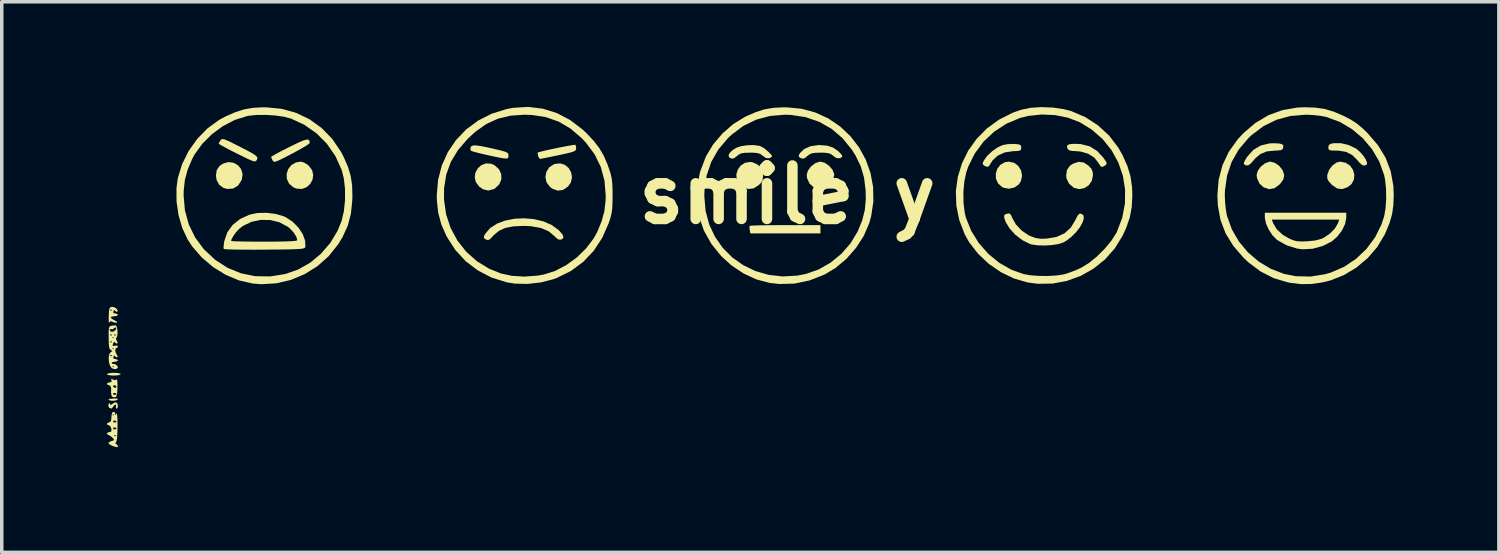
<source format=kicad_pcb>
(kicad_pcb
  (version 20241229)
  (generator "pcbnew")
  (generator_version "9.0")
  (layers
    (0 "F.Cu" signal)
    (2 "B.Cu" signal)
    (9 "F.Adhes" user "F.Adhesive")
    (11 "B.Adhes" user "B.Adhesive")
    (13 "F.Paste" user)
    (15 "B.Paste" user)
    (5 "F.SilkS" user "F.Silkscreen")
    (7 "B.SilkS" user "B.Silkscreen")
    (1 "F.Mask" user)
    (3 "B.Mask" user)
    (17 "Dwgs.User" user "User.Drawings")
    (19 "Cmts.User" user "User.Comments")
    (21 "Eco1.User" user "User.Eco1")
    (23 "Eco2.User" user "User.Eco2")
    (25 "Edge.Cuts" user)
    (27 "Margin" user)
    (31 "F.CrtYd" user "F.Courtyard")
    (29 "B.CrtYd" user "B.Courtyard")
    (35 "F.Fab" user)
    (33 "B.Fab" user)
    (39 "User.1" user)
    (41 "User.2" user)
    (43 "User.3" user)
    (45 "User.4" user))
  (footprint "smile y"
    (layer "F.Cu")
    (at 19.414 2.507)
    (property "Reference" "smile y" (at 0 0 0) (layer "F.SilkS") (effects (font (size 1.524 1.524) (thickness 0.3))))
    (attr board_only exclude_from_pos_files exclude_from_bom)
    (fp_poly (pts (xy -19.122 5.817) (xy -19.099 5.832) (xy -19.133 5.861) (xy -19.209 5.878) (xy -19.294 5.877) (xy -19.343 5.862) (xy -19.368 5.832) (xy -19.355 5.826) (xy -19.205 5.814)) (stroke (width 0) (type solid)) (fill yes) (layer "F.SilkS"))
    (fp_poly (pts (xy -19.105 5.087) (xy -19.034 5.105) (xy -19.02 5.119) (xy -19.056 5.142) (xy -19.146 5.156) (xy -19.217 5.159) (xy -19.33 5.152) (xy -19.401 5.134) (xy -19.414 5.119) (xy -19.379 5.097) (xy -19.288 5.083) (xy -19.217 5.08)) (stroke (width 0) (type solid)) (fill yes) (layer "F.SilkS"))
    (fp_poly (pts (xy 0.945 1.103) (xy -1.054 1.103) (xy -1.073 1.005) (xy -1.08 0.924) (xy -1.071 0.887) (xy -1.027 0.881) (xy -0.916 0.876) (xy -0.747 0.872) (xy -0.532 0.869) (xy -0.281 0.867) (xy -0.053 0.866) (xy 0.945 0.866)) (stroke (width 0) (type solid)) (fill yes) (layer "F.SilkS"))
    (fp_poly (pts (xy -15.796 -0.912) (xy -15.671 -0.839) (xy -15.581 -0.726) (xy -15.542 -0.585) (xy -15.566 -0.429) (xy -15.571 -0.417) (xy -15.67 -0.265) (xy -15.807 -0.179) (xy -15.971 -0.164) (xy -16.092 -0.197) (xy -16.208 -0.283) (xy -16.283 -0.418) (xy -16.303 -0.543) (xy -16.279 -0.706) (xy -16.199 -0.823) (xy -16.1 -0.889) (xy -15.944 -0.933)) (stroke (width 0) (type solid)) (fill yes) (layer "F.SilkS"))
    (fp_poly (pts (xy -8.454 -0.887) (xy -8.355 -0.844) (xy -8.227 -0.73) (xy -8.162 -0.588) (xy -8.16 -0.437) (xy -8.221 -0.295) (xy -8.343 -0.18) (xy -8.375 -0.162) (xy -8.531 -0.12) (xy -8.683 -0.157) (xy -8.79 -0.232) (xy -8.887 -0.36) (xy -8.919 -0.499) (xy -8.897 -0.636) (xy -8.83 -0.756) (xy -8.727 -0.847) (xy -8.598 -0.895)) (stroke (width 0) (type solid)) (fill yes) (layer "F.SilkS"))
    (fp_poly (pts (xy -6.344 -0.853) (xy -6.236 -0.761) (xy -6.166 -0.636) (xy -6.143 -0.494) (xy -6.177 -0.349) (xy -6.258 -0.233) (xy -6.401 -0.137) (xy -6.553 -0.118) (xy -6.707 -0.175) (xy -6.776 -0.228) (xy -6.871 -0.358) (xy -6.902 -0.509) (xy -6.873 -0.658) (xy -6.789 -0.786) (xy -6.654 -0.873) (xy -6.641 -0.878) (xy -6.483 -0.896)) (stroke (width 0) (type solid)) (fill yes) (layer "F.SilkS"))
    (fp_poly (pts (xy 6.473 -0.911) (xy 6.592 -0.82) (xy 6.67 -0.692) (xy 6.698 -0.544) (xy 6.668 -0.394) (xy 6.606 -0.296) (xy 6.479 -0.206) (xy 6.323 -0.172) (xy 6.167 -0.201) (xy 6.134 -0.217) (xy 6.015 -0.321) (xy 5.954 -0.455) (xy 5.948 -0.6) (xy 5.99 -0.739) (xy 6.078 -0.854) (xy 6.205 -0.928) (xy 6.32 -0.945)) (stroke (width 0) (type solid)) (fill yes) (layer "F.SilkS"))
    (fp_poly (pts (xy -13.791 -0.92) (xy -13.686 -0.856) (xy -13.656 -0.831) (xy -13.559 -0.702) (xy -13.526 -0.562) (xy -13.549 -0.424) (xy -13.617 -0.303) (xy -13.722 -0.212) (xy -13.854 -0.165) (xy -14.002 -0.175) (xy -14.094 -0.212) (xy -14.217 -0.318) (xy -14.279 -0.45) (xy -14.286 -0.593) (xy -14.241 -0.731) (xy -14.151 -0.846) (xy -14.019 -0.923) (xy -13.88 -0.945)) (stroke (width 0) (type solid)) (fill yes) (layer "F.SilkS"))
    (fp_poly (pts (xy -0.992 -0.927) (xy -0.84 -0.857) (xy -0.736 -0.732) (xy -0.692 -0.569) (xy -0.691 -0.545) (xy -0.704 -0.425) (xy -0.756 -0.333) (xy -0.819 -0.272) (xy -0.966 -0.18) (xy -1.12 -0.165) (xy -1.269 -0.219) (xy -1.388 -0.32) (xy -1.447 -0.447) (xy -1.453 -0.586) (xy -1.411 -0.721) (xy -1.328 -0.834) (xy -1.209 -0.911) (xy -1.062 -0.936)) (stroke (width 0) (type solid)) (fill yes) (layer "F.SilkS"))
    (fp_poly (pts (xy 8.46 -0.919) (xy 8.593 -0.831) (xy 8.679 -0.738) (xy 8.715 -0.642) (xy 8.721 -0.551) (xy 8.687 -0.394) (xy 8.599 -0.269) (xy 8.473 -0.188) (xy 8.327 -0.161) (xy 8.178 -0.199) (xy 8.171 -0.203) (xy 8.039 -0.315) (xy 7.966 -0.463) (xy 7.956 -0.544) (xy 7.98 -0.708) (xy 8.061 -0.826) (xy 8.151 -0.886) (xy 8.313 -0.94)) (stroke (width 0) (type solid)) (fill yes) (layer "F.SilkS"))
    (fp_poly (pts (xy 1.067 -0.913) (xy 1.188 -0.83) (xy 1.286 -0.719) (xy 1.336 -0.601) (xy 1.339 -0.571) (xy 1.305 -0.407) (xy 1.215 -0.277) (xy 1.086 -0.193) (xy 0.934 -0.164) (xy 0.777 -0.2) (xy 0.753 -0.212) (xy 0.633 -0.321) (xy 0.564 -0.473) (xy 0.553 -0.565) (xy 0.586 -0.685) (xy 0.672 -0.803) (xy 0.79 -0.896) (xy 0.916 -0.943) (xy 0.945 -0.945)) (stroke (width 0) (type solid)) (fill yes) (layer "F.SilkS"))
    (fp_poly (pts (xy 15.932 -0.914) (xy 16.057 -0.83) (xy 16.141 -0.711) (xy 16.179 -0.573) (xy 16.167 -0.432) (xy 16.099 -0.305) (xy 15.983 -0.214) (xy 15.827 -0.161) (xy 15.689 -0.18) (xy 15.552 -0.272) (xy 15.526 -0.296) (xy 15.443 -0.389) (xy 15.407 -0.462) (xy 15.406 -0.549) (xy 15.411 -0.582) (xy 15.461 -0.716) (xy 15.555 -0.836) (xy 15.67 -0.919) (xy 15.77 -0.945)) (stroke (width 0) (type solid)) (fill yes) (layer "F.SilkS"))
    (fp_poly (pts (xy 13.914 -0.91) (xy 14.039 -0.821) (xy 14.133 -0.699) (xy 14.176 -0.567) (xy 14.177 -0.551) (xy 14.152 -0.435) (xy 14.068 -0.318) (xy 14.043 -0.291) (xy 13.899 -0.187) (xy 13.752 -0.16) (xy 13.596 -0.209) (xy 13.59 -0.212) (xy 13.471 -0.321) (xy 13.402 -0.473) (xy 13.391 -0.565) (xy 13.424 -0.685) (xy 13.51 -0.803) (xy 13.628 -0.896) (xy 13.754 -0.943) (xy 13.783 -0.945)) (stroke (width 0) (type solid)) (fill yes) (layer "F.SilkS"))
    (fp_poly (pts (xy -19.108 5.976) (xy -19.101 6.046) (xy -19.12 6.097) (xy -19.137 6.104) (xy -19.159 6.075) (xy -19.153 6.045) (xy -19.153 5.994) (xy -19.17 5.986) (xy -19.216 6.017) (xy -19.232 6.045) (xy -19.28 6.1) (xy -19.343 6.083) (xy -19.349 6.078) (xy -19.374 6.019) (xy -19.362 5.963) (xy -19.333 5.946) (xy -19.312 5.972) (xy -19.32 5.996) (xy -19.317 6.009) (xy -19.269 5.975) (xy -19.266 5.972) (xy -19.192 5.927) (xy -19.141 5.925)) (stroke (width 0) (type solid)) (fill yes) (layer "F.SilkS"))
    (fp_poly (pts (xy -8.756 -1.391) (xy -8.577 -1.356) (xy -8.332 -1.301) (xy -8.319 -1.298) (xy -8.149 -1.257) (xy -8.042 -1.225) (xy -7.984 -1.195) (xy -7.959 -1.16) (xy -7.955 -1.119) (xy -7.957 -1.074) (xy -7.972 -1.046) (xy -8.01 -1.033) (xy -8.084 -1.037) (xy -8.203 -1.057) (xy -8.381 -1.094) (xy -8.545 -1.13) (xy -8.726 -1.171) (xy -8.878 -1.209) (xy -8.984 -1.239) (xy -9.029 -1.257) (xy -9.043 -1.314) (xy -9.033 -1.357) (xy -9.009 -1.39) (xy -8.962 -1.407) (xy -8.881 -1.408)) (stroke (width 0) (type solid)) (fill yes) (layer "F.SilkS"))
    (fp_poly (pts (xy 8.291 -1.451) (xy 8.376 -1.445) (xy 8.626 -1.382) (xy 8.843 -1.247) (xy 9.02 -1.054) (xy 9.088 -0.955) (xy 9.113 -0.898) (xy 9.099 -0.861) (xy 9.072 -0.838) (xy 8.996 -0.795) (xy 8.943 -0.808) (xy 8.89 -0.887) (xy 8.88 -0.906) (xy 8.757 -1.061) (xy 8.579 -1.173) (xy 8.361 -1.234) (xy 8.259 -1.243) (xy 8.122 -1.25) (xy 8.044 -1.268) (xy 8.003 -1.303) (xy 7.989 -1.333) (xy 7.979 -1.399) (xy 8.028 -1.433) (xy 8.058 -1.442) (xy 8.155 -1.452)) (stroke (width 0) (type solid)) (fill yes) (layer "F.SilkS"))
    (fp_poly (pts (xy 14.018 -1.465) (xy 14.112 -1.445) (xy 14.152 -1.406) (xy 14.149 -1.341) (xy 14.149 -1.339) (xy 14.124 -1.292) (xy 14.069 -1.269) (xy 13.963 -1.261) (xy 13.915 -1.26) (xy 13.683 -1.237) (xy 13.499 -1.163) (xy 13.343 -1.029) (xy 13.309 -0.989) (xy 13.216 -0.883) (xy 13.147 -0.836) (xy 13.084 -0.839) (xy 13.043 -0.86) (xy 13.024 -0.896) (xy 13.048 -0.964) (xy 13.117 -1.077) (xy 13.122 -1.085) (xy 13.297 -1.28) (xy 13.512 -1.407) (xy 13.765 -1.466) (xy 13.857 -1.47)) (stroke (width 0) (type solid)) (fill yes) (layer "F.SilkS"))
    (fp_poly (pts (xy 16.013 -1.42) (xy 16.215 -1.325) (xy 16.236 -1.311) (xy 16.34 -1.223) (xy 16.433 -1.117) (xy 16.504 -1.01) (xy 16.541 -0.919) (xy 16.533 -0.863) (xy 16.528 -0.858) (xy 16.462 -0.832) (xy 16.398 -0.85) (xy 16.32 -0.923) (xy 16.265 -0.989) (xy 16.114 -1.137) (xy 15.941 -1.224) (xy 15.724 -1.259) (xy 15.655 -1.26) (xy 15.53 -1.263) (xy 15.465 -1.276) (xy 15.44 -1.309) (xy 15.437 -1.353) (xy 15.451 -1.419) (xy 15.508 -1.454) (xy 15.582 -1.47) (xy 15.79 -1.472)) (stroke (width 0) (type solid)) (fill yes) (layer "F.SilkS"))
    (fp_poly (pts (xy -13.637 -1.546) (xy -13.627 -1.489) (xy -13.627 -1.477) (xy -13.66 -1.445) (xy -13.751 -1.386) (xy -13.887 -1.306) (xy -14.057 -1.212) (xy -14.136 -1.17) (xy -14.334 -1.067) (xy -14.474 -0.997) (xy -14.568 -0.956) (xy -14.626 -0.941) (xy -14.66 -0.948) (xy -14.682 -0.972) (xy -14.687 -0.981) (xy -14.72 -1.051) (xy -14.728 -1.08) (xy -14.695 -1.104) (xy -14.603 -1.157) (xy -14.466 -1.231) (xy -14.295 -1.319) (xy -14.211 -1.361) (xy -13.995 -1.467) (xy -13.84 -1.537) (xy -13.734 -1.572) (xy -13.67 -1.574)) (stroke (width 0) (type solid)) (fill yes) (layer "F.SilkS"))
    (fp_poly (pts (xy -6.029 -1.373) (xy -6.025 -1.32) (xy -6.032 -1.283) (xy -6.059 -1.254) (xy -6.119 -1.226) (xy -6.225 -1.196) (xy -6.389 -1.159) (xy -6.527 -1.129) (xy -6.717 -1.09) (xy -6.878 -1.057) (xy -6.995 -1.034) (xy -7.053 -1.024) (xy -7.056 -1.024) (xy -7.088 -1.056) (xy -7.109 -1.106) (xy -7.124 -1.177) (xy -7.12 -1.203) (xy -7.074 -1.219) (xy -6.97 -1.246) (xy -6.825 -1.28) (xy -6.655 -1.316) (xy -6.478 -1.353) (xy -6.312 -1.385) (xy -6.172 -1.41) (xy -6.078 -1.424) (xy -6.045 -1.425)) (stroke (width 0) (type solid)) (fill yes) (layer "F.SilkS"))
    (fp_poly (pts (xy 6.49 -1.449) (xy 6.603 -1.438) (xy 6.657 -1.414) (xy 6.674 -1.366) (xy 6.675 -1.343) (xy 6.669 -1.291) (xy 6.64 -1.262) (xy 6.568 -1.249) (xy 6.437 -1.243) (xy 6.433 -1.243) (xy 6.2 -1.207) (xy 6.002 -1.115) (xy 5.854 -0.977) (xy 5.809 -0.906) (xy 5.756 -0.819) (xy 5.707 -0.794) (xy 5.637 -0.821) (xy 5.621 -0.83) (xy 5.578 -0.866) (xy 5.579 -0.914) (xy 5.611 -0.983) (xy 5.706 -1.113) (xy 5.848 -1.245) (xy 6.006 -1.355) (xy 6.153 -1.42) (xy 6.292 -1.444) (xy 6.449 -1.451)) (stroke (width 0) (type solid)) (fill yes) (layer "F.SilkS"))
    (fp_poly (pts (xy -16.046 -1.576) (xy -15.947 -1.533) (xy -15.794 -1.458) (xy -15.769 -1.445) (xy -15.533 -1.326) (xy -15.359 -1.235) (xy -15.239 -1.167) (xy -15.165 -1.116) (xy -15.128 -1.076) (xy -15.119 -1.041) (xy -15.131 -1.005) (xy -15.135 -0.998) (xy -15.156 -0.967) (xy -15.183 -0.952) (xy -15.228 -0.956) (xy -15.303 -0.983) (xy -15.42 -1.036) (xy -15.589 -1.119) (xy -15.703 -1.175) (xy -15.886 -1.268) (xy -16.041 -1.35) (xy -16.155 -1.413) (xy -16.217 -1.451) (xy -16.224 -1.459) (xy -16.204 -1.505) (xy -16.173 -1.552) (xy -16.145 -1.582) (xy -16.108 -1.591)) (stroke (width 0) (type solid)) (fill yes) (layer "F.SilkS"))
    (fp_poly (pts (xy 1.137 -1.401) (xy 1.305 -1.347) (xy 1.449 -1.247) (xy 1.467 -1.231) (xy 1.548 -1.144) (xy 1.569 -1.091) (xy 1.53 -1.056) (xy 1.493 -1.043) (xy 1.401 -1.047) (xy 1.313 -1.109) (xy 1.246 -1.16) (xy 1.166 -1.188) (xy 1.049 -1.2) (xy 0.945 -1.201) (xy 0.79 -1.197) (xy 0.689 -1.179) (xy 0.618 -1.143) (xy 0.581 -1.112) (xy 0.494 -1.043) (xy 0.426 -1.029) (xy 0.358 -1.06) (xy 0.324 -1.096) (xy 0.338 -1.149) (xy 0.364 -1.192) (xy 0.484 -1.306) (xy 0.66 -1.384) (xy 0.877 -1.417) (xy 0.919 -1.418)) (stroke (width 0) (type solid)) (fill yes) (layer "F.SilkS"))
    (fp_poly (pts (xy -0.803 -1.397) (xy -0.736 -1.373) (xy -0.652 -1.319) (xy -0.559 -1.243) (xy -0.48 -1.167) (xy -0.436 -1.109) (xy -0.433 -1.098) (xy -0.466 -1.064) (xy -0.515 -1.043) (xy -0.607 -1.047) (xy -0.696 -1.109) (xy -0.762 -1.16) (xy -0.842 -1.188) (xy -0.959 -1.2) (xy -1.063 -1.201) (xy -1.218 -1.197) (xy -1.319 -1.179) (xy -1.391 -1.143) (xy -1.427 -1.112) (xy -1.515 -1.043) (xy -1.583 -1.029) (xy -1.648 -1.059) (xy -1.679 -1.114) (xy -1.647 -1.19) (xy -1.562 -1.273) (xy -1.457 -1.339) (xy -1.316 -1.387) (xy -1.139 -1.413) (xy -0.958 -1.418)) (stroke (width 0) (type solid)) (fill yes) (layer "F.SilkS"))
    (fp_poly (pts (xy -7.227 0.696) (xy -6.961 0.759) (xy -6.724 0.862) (xy -6.528 1.005) (xy -6.508 1.025) (xy -6.413 1.136) (xy -6.385 1.213) (xy -6.42 1.263) (xy -6.459 1.28) (xy -6.534 1.277) (xy -6.616 1.211) (xy -6.635 1.189) (xy -6.804 1.045) (xy -7.03 0.948) (xy -7.317 0.897) (xy -7.522 0.888) (xy -7.813 0.901) (xy -8.044 0.946) (xy -8.226 1.028) (xy -8.371 1.149) (xy -8.385 1.164) (xy -8.47 1.255) (xy -8.528 1.292) (xy -8.582 1.285) (xy -8.624 1.261) (xy -8.66 1.226) (xy -8.652 1.176) (xy -8.619 1.114) (xy -8.481 0.952) (xy -8.287 0.826) (xy -8.05 0.737) (xy -7.785 0.685) (xy -7.506 0.671)) (stroke (width 0) (type solid)) (fill yes) (layer "F.SilkS"))
    (fp_poly (pts (xy 15.948 0.66) (xy 15.915 0.834) (xy 15.825 1.02) (xy 15.693 1.193) (xy 15.534 1.332) (xy 15.53 1.334) (xy 15.273 1.464) (xy 14.989 1.54) (xy 14.703 1.556) (xy 14.547 1.536) (xy 14.242 1.44) (xy 13.981 1.293) (xy 13.967 1.282) (xy 13.844 1.158) (xy 13.736 0.994) (xy 13.658 0.82) (xy 13.635 0.709) (xy 13.824 0.709) (xy 13.865 0.817) (xy 13.967 0.986) (xy 14.133 1.139) (xy 14.315 1.247) (xy 14.43 1.297) (xy 14.536 1.324) (xy 14.664 1.333) (xy 14.827 1.328) (xy 15.061 1.305) (xy 15.236 1.259) (xy 15.299 1.231) (xy 15.482 1.109) (xy 15.627 0.959) (xy 15.709 0.817) (xy 15.75 0.709) (xy 13.824 0.709) (xy 13.635 0.709) (xy 13.626 0.663) (xy 13.625 0.654) (xy 13.625 0.512) (xy 15.949 0.512)) (stroke (width 0) (type solid)) (fill yes) (layer "F.SilkS"))
    (fp_poly (pts (xy 6.384 0.58) (xy 6.415 0.654) (xy 6.521 0.845) (xy 6.684 1.019) (xy 6.883 1.155) (xy 6.94 1.181) (xy 7.085 1.234) (xy 7.223 1.255) (xy 7.394 1.252) (xy 7.402 1.251) (xy 7.682 1.203) (xy 7.908 1.101) (xy 8.086 0.941) (xy 8.221 0.719) (xy 8.229 0.702) (xy 8.284 0.592) (xy 8.332 0.542) (xy 8.386 0.539) (xy 8.388 0.54) (xy 8.45 0.587) (xy 8.46 0.675) (xy 8.424 0.79) (xy 8.35 0.923) (xy 8.246 1.06) (xy 8.117 1.191) (xy 7.973 1.304) (xy 7.876 1.361) (xy 7.741 1.406) (xy 7.555 1.435) (xy 7.348 1.448) (xy 7.145 1.443) (xy 6.976 1.419) (xy 6.919 1.402) (xy 6.705 1.294) (xy 6.507 1.142) (xy 6.343 0.962) (xy 6.229 0.773) (xy 6.196 0.678) (xy 6.183 0.601) (xy 6.209 0.563) (xy 6.283 0.536) (xy 6.342 0.534)) (stroke (width 0) (type solid)) (fill yes) (layer "F.SilkS"))
    (fp_poly (pts (xy -19.199 3.21) (xy -19.135 3.254) (xy -19.105 3.307) (xy -19.115 3.337) (xy -19.156 3.335) (xy -19.175 3.313) (xy -19.206 3.286) (xy -19.23 3.324) (xy -19.227 3.375) (xy -19.177 3.387) (xy -19.113 3.403) (xy -19.099 3.426) (xy -19.133 3.456) (xy -19.191 3.465) (xy -19.286 3.478) (xy -19.305 3.51) (xy -19.248 3.556) (xy -19.208 3.576) (xy -19.137 3.616) (xy -19.12 3.645) (xy -19.127 3.65) (xy -19.196 3.647) (xy -19.252 3.626) (xy -19.316 3.605) (xy -19.346 3.644) (xy -19.349 3.653) (xy -19.357 3.653) (xy -19.362 3.588) (xy -19.362 3.472) (xy -19.361 3.465) (xy -19.355 3.326) (xy -19.347 3.282) (xy -19.322 3.282) (xy -19.317 3.305) (xy -19.296 3.308) (xy -19.264 3.293) (xy -19.27 3.282) (xy -19.317 3.277) (xy -19.322 3.282) (xy -19.347 3.282) (xy -19.341 3.247) (xy -19.313 3.21) (xy -19.273 3.198)) (stroke (width 0) (type solid)) (fill yes) (layer "F.SilkS"))
    (fp_poly (pts (xy -19.261 5.261) (xy -19.256 5.266) (xy -19.189 5.292) (xy -19.155 5.275) (xy -19.13 5.271) (xy -19.116 5.319) (xy -19.112 5.431) (xy -19.113 5.501) (xy -19.12 5.648) (xy -19.135 5.732) (xy -19.163 5.772) (xy -19.188 5.781) (xy -19.257 5.765) (xy -19.279 5.737) (xy -19.292 5.67) (xy -19.237 5.67) (xy -19.228 5.704) (xy -19.2 5.71) (xy -19.146 5.701) (xy -19.139 5.693) (xy -19.167 5.656) (xy -19.219 5.655) (xy -19.237 5.67) (xy -19.292 5.67) (xy -19.295 5.651) (xy -19.294 5.626) (xy -19.293 5.503) (xy -19.322 5.454) (xy -19.241 5.454) (xy -19.237 5.474) (xy -19.187 5.512) (xy -19.176 5.513) (xy -19.14 5.483) (xy -19.139 5.474) (xy -19.171 5.439) (xy -19.2 5.434) (xy -19.241 5.454) (xy -19.322 5.454) (xy -19.329 5.441) (xy -19.355 5.434) (xy -19.408 5.413) (xy -19.414 5.395) (xy -19.381 5.363) (xy -19.337 5.356) (xy -19.281 5.338) (xy -19.283 5.287) (xy -19.293 5.241)) (stroke (width 0) (type solid)) (fill yes) (layer "F.SilkS"))
    (fp_poly (pts (xy -14.601 0.546) (xy -14.37 0.614) (xy -14.309 0.641) (xy -14.112 0.772) (xy -13.948 0.938) (xy -13.826 1.123) (xy -13.758 1.312) (xy -13.751 1.47) (xy -13.756 1.495) (xy -13.769 1.514) (xy -13.798 1.529) (xy -13.853 1.54) (xy -13.94 1.548) (xy -14.07 1.554) (xy -14.25 1.559) (xy -14.489 1.562) (xy -14.795 1.565) (xy -14.912 1.566) (xy -15.205 1.568) (xy -15.472 1.567) (xy -15.702 1.565) (xy -15.887 1.561) (xy -16.015 1.555) (xy -16.077 1.548) (xy -16.081 1.546) (xy -16.085 1.492) (xy -16.075 1.389) (xy -16.063 1.32) (xy -16.062 1.317) (xy -15.87 1.317) (xy -15.832 1.323) (xy -15.727 1.329) (xy -15.564 1.333) (xy -15.355 1.337) (xy -15.11 1.338) (xy -14.925 1.339) (xy -14.581 1.337) (xy -14.315 1.332) (xy -14.126 1.324) (xy -14.015 1.312) (xy -13.98 1.298) (xy -14.01 1.195) (xy -14.088 1.074) (xy -14.199 0.956) (xy -14.258 0.909) (xy -14.491 0.785) (xy -14.753 0.721) (xy -15.025 0.717) (xy -15.288 0.772) (xy -15.525 0.885) (xy -15.647 0.979) (xy -15.731 1.071) (xy -15.807 1.178) (xy -15.858 1.273) (xy -15.87 1.317) (xy -16.062 1.317) (xy -15.979 1.073) (xy -15.826 0.861) (xy -15.611 0.69) (xy -15.344 0.567) (xy -15.12 0.521) (xy -14.861 0.515)) (stroke (width 0) (type solid)) (fill yes) (layer "F.SilkS"))
    (fp_poly (pts (xy -19.186 6.21) (xy -19.175 6.248) (xy -19.17 6.295) (xy -19.153 6.271) (xy -19.141 6.242) (xy -19.128 6.244) (xy -19.118 6.315) (xy -19.112 6.446) (xy -19.111 6.596) (xy -19.115 6.802) (xy -19.126 6.955) (xy -19.144 7.044) (xy -19.155 7.062) (xy -19.174 7.098) (xy -19.148 7.114) (xy -19.107 7.151) (xy -19.102 7.192) (xy -19.129 7.203) (xy -19.184 7.189) (xy -19.267 7.161) (xy -19.354 7.114) (xy -19.366 7.07) (xy -19.3 7.032) (xy -19.28 7.027) (xy -19.215 7.006) (xy -19.215 6.976) (xy -19.26 6.927) (xy -19.33 6.871) (xy -19.344 6.865) (xy -19.204 6.865) (xy -19.199 6.889) (xy -19.178 6.891) (xy -19.146 6.877) (xy -19.152 6.865) (xy -19.198 6.861) (xy -19.204 6.865) (xy -19.344 6.865) (xy -19.375 6.852) (xy -19.413 6.822) (xy -19.414 6.813) (xy -19.382 6.78) (xy -19.341 6.773) (xy -19.289 6.756) (xy -19.284 6.69) (xy -19.286 6.675) (xy -19.296 6.655) (xy -19.237 6.655) (xy -19.228 6.689) (xy -19.2 6.695) (xy -19.146 6.685) (xy -19.139 6.677) (xy -19.167 6.64) (xy -19.219 6.64) (xy -19.237 6.655) (xy -19.296 6.655) (xy -19.319 6.601) (xy -19.36 6.576) (xy -19.409 6.554) (xy -19.414 6.537) (xy -19.382 6.502) (xy -19.355 6.498) (xy -19.303 6.465) (xy -19.301 6.458) (xy -19.237 6.458) (xy -19.228 6.492) (xy -19.2 6.498) (xy -19.146 6.489) (xy -19.139 6.48) (xy -19.167 6.444) (xy -19.219 6.443) (xy -19.237 6.458) (xy -19.301 6.458) (xy -19.292 6.429) (xy -19.282 6.302) (xy -19.278 6.281) (xy -19.257 6.281) (xy -19.237 6.301) (xy -19.217 6.281) (xy -19.237 6.261) (xy -19.257 6.281) (xy -19.278 6.281) (xy -19.269 6.233) (xy -19.246 6.201) (xy -19.227 6.193)) (stroke (width 0) (type solid)) (fill yes) (layer "F.SilkS"))
    (fp_poly (pts (xy -0.02 -2.495) (xy 0.409 -2.454) (xy 0.81 -2.344) (xy 1.179 -2.172) (xy 1.511 -1.945) (xy 1.802 -1.67) (xy 2.045 -1.354) (xy 2.238 -1.002) (xy 2.373 -0.624) (xy 2.448 -0.224) (xy 2.456 0.19) (xy 2.393 0.611) (xy 2.339 0.807) (xy 2.183 1.17) (xy 1.962 1.514) (xy 1.688 1.826) (xy 1.375 2.089) (xy 1.06 2.278) (xy 0.633 2.445) (xy 0.203 2.535) (xy -0.235 2.546) (xy -0.507 2.515) (xy -0.882 2.415) (xy -1.25 2.245) (xy -1.597 2.013) (xy -1.884 1.752) (xy -2.168 1.4) (xy -2.38 1.021) (xy -2.519 0.619) (xy -2.584 0.202) (xy -2.58 0.043) (xy -2.368 0.043) (xy -2.332 0.46) (xy -2.228 0.848) (xy -2.062 1.202) (xy -1.841 1.517) (xy -1.571 1.787) (xy -1.258 2.009) (xy -0.91 2.177) (xy -0.532 2.286) (xy -0.132 2.331) (xy 0.285 2.307) (xy 0.527 2.26) (xy 0.889 2.134) (xy 1.231 1.94) (xy 1.539 1.688) (xy 1.801 1.39) (xy 2.003 1.056) (xy 2.005 1.052) (xy 2.135 0.738) (xy 2.211 0.439) (xy 2.24 0.123) (xy 2.234 -0.129) (xy 2.19 -0.487) (xy 2.098 -0.807) (xy 1.948 -1.116) (xy 1.843 -1.284) (xy 1.578 -1.612) (xy 1.267 -1.878) (xy 0.914 -2.08) (xy 0.524 -2.214) (xy 0.104 -2.278) (xy -0.061 -2.284) (xy -0.491 -2.249) (xy -0.888 -2.143) (xy -1.254 -1.965) (xy -1.589 -1.714) (xy -1.694 -1.615) (xy -1.968 -1.291) (xy -2.17 -0.937) (xy -2.301 -0.552) (xy -2.363 -0.13) (xy -2.368 0.043) (xy -2.58 0.043) (xy -2.574 -0.225) (xy -2.489 -0.654) (xy -2.327 -1.081) (xy -2.317 -1.103) (xy -2.114 -1.439) (xy -1.85 -1.749) (xy -1.543 -2.016) (xy -1.208 -2.222) (xy -1.177 -2.237) (xy -0.899 -2.358) (xy -0.651 -2.437) (xy -0.402 -2.48) (xy -0.122 -2.495)) (stroke (width 0) (type solid)) (fill yes) (layer "F.SilkS"))
    (fp_poly (pts (xy -14.428 -2.452) (xy -14.015 -2.337) (xy -13.633 -2.154) (xy -13.289 -1.906) (xy -12.989 -1.599) (xy -12.741 -1.237) (xy -12.66 -1.083) (xy -12.537 -0.8) (xy -12.458 -0.538) (xy -12.417 -0.269) (xy -12.409 0.038) (xy -12.413 0.165) (xy -12.452 0.545) (xy -12.542 0.884) (xy -12.69 1.208) (xy -12.815 1.413) (xy -13.086 1.753) (xy -13.408 2.038) (xy -13.771 2.265) (xy -14.165 2.43) (xy -14.581 2.527) (xy -15.008 2.552) (xy -15.26 2.532) (xy -15.647 2.443) (xy -16.026 2.284) (xy -16.383 2.063) (xy -16.705 1.791) (xy -16.979 1.475) (xy -17.11 1.276) (xy -17.264 0.949) (xy -17.37 0.581) (xy -17.427 0.193) (xy -17.428 0.02) (xy -17.225 0.02) (xy -17.188 0.445) (xy -17.077 0.847) (xy -16.897 1.219) (xy -16.649 1.553) (xy -16.641 1.561) (xy -16.323 1.858) (xy -15.97 2.085) (xy -15.589 2.241) (xy -15.184 2.323) (xy -14.76 2.33) (xy -14.325 2.262) (xy -13.956 2.133) (xy -13.612 1.937) (xy -13.304 1.681) (xy -13.041 1.376) (xy -12.833 1.03) (xy -12.717 0.746) (xy -12.652 0.47) (xy -12.62 0.157) (xy -12.62 -0.164) (xy -12.654 -0.467) (xy -12.715 -0.709) (xy -12.894 -1.103) (xy -13.136 -1.454) (xy -13.434 -1.754) (xy -13.782 -1.997) (xy -14.16 -2.173) (xy -14.359 -2.225) (xy -14.608 -2.261) (xy -14.879 -2.279) (xy -15.143 -2.277) (xy -15.373 -2.253) (xy -15.412 -2.246) (xy -15.763 -2.136) (xy -16.103 -1.959) (xy -16.418 -1.728) (xy -16.693 -1.454) (xy -16.912 -1.15) (xy -16.979 -1.024) (xy -17.109 -0.718) (xy -17.187 -0.431) (xy -17.222 -0.131) (xy -17.225 0.02) (xy -17.428 0.02) (xy -17.429 -0.19) (xy -17.391 -0.473) (xy -17.269 -0.871) (xy -17.082 -1.248) (xy -16.838 -1.592) (xy -16.547 -1.891) (xy -16.217 -2.133) (xy -16.028 -2.235) (xy -15.75 -2.356) (xy -15.504 -2.435) (xy -15.258 -2.479) (xy -14.984 -2.495) (xy -14.866 -2.495)) (stroke (width 0) (type solid)) (fill yes) (layer "F.SilkS"))
    (fp_poly (pts (xy 7.575 -2.488) (xy 7.888 -2.442) (xy 8.101 -2.387) (xy 8.502 -2.216) (xy 8.865 -1.98) (xy 9.182 -1.688) (xy 9.444 -1.345) (xy 9.57 -1.122) (xy 9.708 -0.809) (xy 9.794 -0.517) (xy 9.837 -0.215) (xy 9.845 0.02) (xy 9.828 0.347) (xy 9.773 0.643) (xy 9.672 0.938) (xy 9.57 1.162) (xy 9.347 1.526) (xy 9.068 1.842) (xy 8.741 2.106) (xy 8.377 2.312) (xy 7.983 2.456) (xy 7.57 2.534) (xy 7.145 2.54) (xy 6.864 2.504) (xy 6.472 2.391) (xy 6.096 2.21) (xy 5.749 1.971) (xy 5.443 1.684) (xy 5.191 1.358) (xy 5.065 1.135) (xy 4.907 0.726) (xy 4.823 0.311) (xy 4.81 -0.084) (xy 5.024 -0.084) (xy 5.028 0.226) (xy 5.062 0.511) (xy 5.095 0.65) (xy 5.247 1.029) (xy 5.463 1.377) (xy 5.733 1.684) (xy 6.048 1.942) (xy 6.398 2.141) (xy 6.734 2.261) (xy 6.929 2.296) (xy 7.17 2.315) (xy 7.427 2.318) (xy 7.672 2.304) (xy 7.876 2.274) (xy 7.914 2.265) (xy 8.065 2.216) (xy 8.244 2.147) (xy 8.386 2.082) (xy 8.605 1.948) (xy 8.835 1.761) (xy 9.056 1.541) (xy 9.248 1.309) (xy 9.391 1.084) (xy 9.405 1.055) (xy 9.556 0.658) (xy 9.633 0.254) (xy 9.638 -0.15) (xy 9.575 -0.543) (xy 9.445 -0.919) (xy 9.253 -1.269) (xy 9 -1.585) (xy 8.689 -1.858) (xy 8.346 -2.069) (xy 8.011 -2.198) (xy 7.64 -2.273) (xy 7.254 -2.29) (xy 6.873 -2.249) (xy 6.635 -2.189) (xy 6.247 -2.025) (xy 5.899 -1.797) (xy 5.596 -1.513) (xy 5.349 -1.178) (xy 5.162 -0.802) (xy 5.109 -0.65) (xy 5.052 -0.386) (xy 5.024 -0.084) (xy 4.81 -0.084) (xy 4.809 -0.102) (xy 4.864 -0.507) (xy 4.983 -0.895) (xy 5.163 -1.26) (xy 5.401 -1.594) (xy 5.693 -1.89) (xy 6.037 -2.141) (xy 6.428 -2.339) (xy 6.677 -2.427) (xy 6.942 -2.481) (xy 7.251 -2.501)) (stroke (width 0) (type solid)) (fill yes) (layer "F.SilkS"))
    (fp_poly (pts (xy -6.976 -2.456) (xy -6.575 -2.331) (xy -6.194 -2.131) (xy -5.839 -1.86) (xy -5.727 -1.754) (xy -5.52 -1.534) (xy -5.363 -1.329) (xy -5.238 -1.115) (xy -5.13 -0.863) (xy -5.089 -0.748) (xy -5.042 -0.605) (xy -5.012 -0.476) (xy -4.995 -0.337) (xy -4.987 -0.164) (xy -4.985 0.02) (xy -4.988 0.237) (xy -4.997 0.401) (xy -5.016 0.536) (xy -5.049 0.667) (xy -5.095 0.807) (xy -5.28 1.228) (xy -5.523 1.598) (xy -5.822 1.914) (xy -6.172 2.173) (xy -6.57 2.37) (xy -6.68 2.411) (xy -7.035 2.502) (xy -7.41 2.544) (xy -7.777 2.535) (xy -8.007 2.498) (xy -8.437 2.363) (xy -8.829 2.16) (xy -9.177 1.896) (xy -9.475 1.572) (xy -9.717 1.195) (xy -9.725 1.18) (xy -9.871 0.849) (xy -9.96 0.519) (xy -9.999 0.16) (xy -9.999 0.138) (xy -9.795 0.138) (xy -9.736 0.555) (xy -9.607 0.947) (xy -9.413 1.307) (xy -9.161 1.626) (xy -8.856 1.897) (xy -8.505 2.112) (xy -8.184 2.242) (xy -7.86 2.313) (xy -7.499 2.335) (xy -7.124 2.307) (xy -6.951 2.277) (xy -6.626 2.174) (xy -6.305 2.006) (xy -6.003 1.786) (xy -5.737 1.526) (xy -5.521 1.24) (xy -5.424 1.063) (xy -5.297 0.756) (xy -5.22 0.471) (xy -5.186 0.175) (xy -5.182 0.02) (xy -5.217 -0.404) (xy -5.322 -0.795) (xy -5.499 -1.156) (xy -5.75 -1.491) (xy -5.867 -1.615) (xy -6.184 -1.887) (xy -6.52 -2.085) (xy -6.883 -2.214) (xy -7.283 -2.276) (xy -7.5 -2.284) (xy -7.9 -2.256) (xy -8.258 -2.17) (xy -8.586 -2.02) (xy -8.897 -1.801) (xy -9.118 -1.598) (xy -9.397 -1.274) (xy -9.601 -0.936) (xy -9.732 -0.576) (xy -9.793 -0.187) (xy -9.795 0.138) (xy -9.999 0.138) (xy -10.002 0.018) (xy -9.965 -0.421) (xy -9.858 -0.836) (xy -9.685 -1.218) (xy -9.451 -1.563) (xy -9.162 -1.864) (xy -8.824 -2.115) (xy -8.441 -2.31) (xy -8.02 -2.443) (xy -7.82 -2.481) (xy -7.392 -2.507)) (stroke (width 0) (type solid)) (fill yes) (layer "F.SilkS"))
    (fp_poly (pts (xy 15.07 -2.486) (xy 15.33 -2.447) (xy 15.58 -2.375) (xy 15.853 -2.26) (xy 15.909 -2.233) (xy 16.096 -2.134) (xy 16.255 -2.029) (xy 16.413 -1.896) (xy 16.56 -1.754) (xy 16.853 -1.414) (xy 17.071 -1.056) (xy 17.216 -0.673) (xy 17.291 -0.261) (xy 17.303 0) (xy 17.292 0.3) (xy 17.255 0.56) (xy 17.182 0.811) (xy 17.068 1.086) (xy 17.044 1.138) (xy 16.834 1.489) (xy 16.563 1.804) (xy 16.241 2.075) (xy 15.881 2.292) (xy 15.495 2.445) (xy 15.266 2.501) (xy 14.95 2.546) (xy 14.66 2.55) (xy 14.356 2.513) (xy 14.275 2.498) (xy 13.882 2.381) (xy 13.506 2.19) (xy 13.156 1.928) (xy 13.015 1.795) (xy 12.724 1.457) (xy 12.507 1.104) (xy 12.362 0.727) (xy 12.286 0.319) (xy 12.271 0.02) (xy 12.483 0.02) (xy 12.491 0.215) (xy 12.512 0.417) (xy 12.541 0.585) (xy 12.546 0.605) (xy 12.683 0.986) (xy 12.886 1.335) (xy 13.145 1.645) (xy 13.451 1.907) (xy 13.796 2.113) (xy 14.171 2.257) (xy 14.511 2.324) (xy 14.931 2.334) (xy 15.345 2.267) (xy 15.514 2.218) (xy 15.89 2.054) (xy 16.231 1.826) (xy 16.527 1.543) (xy 16.771 1.214) (xy 16.953 0.849) (xy 17.031 0.608) (xy 17.07 0.381) (xy 17.088 0.111) (xy 17.083 -0.171) (xy 17.056 -0.431) (xy 17.028 -0.565) (xy 16.891 -0.945) (xy 16.686 -1.296) (xy 16.425 -1.608) (xy 16.114 -1.871) (xy 15.765 -2.078) (xy 15.386 -2.218) (xy 15.372 -2.222) (xy 15.213 -2.252) (xy 15.014 -2.274) (xy 14.815 -2.284) (xy 14.787 -2.284) (xy 14.357 -2.248) (xy 13.958 -2.14) (xy 13.59 -1.96) (xy 13.252 -1.707) (xy 13.156 -1.616) (xy 12.881 -1.292) (xy 12.678 -0.935) (xy 12.547 -0.546) (xy 12.487 -0.125) (xy 12.483 0.02) (xy 12.271 0.02) (xy 12.307 -0.425) (xy 12.415 -0.839) (xy 12.595 -1.223) (xy 12.849 -1.579) (xy 13.012 -1.756) (xy 13.356 -2.049) (xy 13.729 -2.27) (xy 14.13 -2.416) (xy 14.556 -2.489) (xy 14.767 -2.497)) (stroke (width 0) (type solid)) (fill yes) (layer "F.SilkS"))
    (fp_poly (pts (xy -19.137 3.757) (xy -19.117 3.837) (xy -19.11 3.937) (xy -19.118 4.027) (xy -19.143 4.078) (xy -19.143 4.078) (xy -19.156 4.124) (xy -19.135 4.159) (xy -19.108 4.219) (xy -19.115 4.243) (xy -19.156 4.24) (xy -19.175 4.219) (xy -19.206 4.192) (xy -19.232 4.233) (xy -19.253 4.301) (xy -19.231 4.316) (xy -19.178 4.304) (xy -19.115 4.305) (xy -19.099 4.327) (xy -19.127 4.369) (xy -19.139 4.371) (xy -19.172 4.401) (xy -19.174 4.469) (xy -19.146 4.541) (xy -19.131 4.56) (xy -19.106 4.614) (xy -19.114 4.635) (xy -19.156 4.634) (xy -19.175 4.613) (xy -19.206 4.585) (xy -19.23 4.624) (xy -19.227 4.675) (xy -19.177 4.686) (xy -19.113 4.703) (xy -19.099 4.726) (xy -19.133 4.755) (xy -19.2 4.765) (xy -19.269 4.778) (xy -19.275 4.807) (xy -19.237 4.832) (xy -19.227 4.827) (xy -19.185 4.83) (xy -19.13 4.869) (xy -19.1 4.918) (xy -19.099 4.923) (xy -19.13 4.966) (xy -19.201 4.975) (xy -19.276 4.948) (xy -19.276 4.948) (xy -19.307 4.903) (xy -19.257 4.903) (xy -19.237 4.922) (xy -19.217 4.903) (xy -19.237 4.883) (xy -19.257 4.903) (xy -19.307 4.903) (xy -19.327 4.873) (xy -19.357 4.761) (xy -19.363 4.64) (xy -19.351 4.581) (xy -19.322 4.581) (xy -19.317 4.605) (xy -19.296 4.607) (xy -19.264 4.593) (xy -19.27 4.581) (xy -19.317 4.576) (xy -19.322 4.581) (xy -19.351 4.581) (xy -19.342 4.54) (xy -19.307 4.494) (xy -19.26 4.461) (xy -19.283 4.438) (xy -19.299 4.431) (xy -19.331 4.403) (xy -19.335 4.391) (xy -19.257 4.391) (xy -19.237 4.411) (xy -19.217 4.391) (xy -19.237 4.371) (xy -19.257 4.391) (xy -19.335 4.391) (xy -19.351 4.339) (xy -19.361 4.225) (xy -19.361 4.187) (xy -19.322 4.187) (xy -19.317 4.211) (xy -19.296 4.214) (xy -19.264 4.199) (xy -19.27 4.187) (xy -19.317 4.183) (xy -19.322 4.187) (xy -19.361 4.187) (xy -19.363 4.076) (xy -19.257 4.076) (xy -19.237 4.096) (xy -19.217 4.076) (xy -19.237 4.056) (xy -19.257 4.076) (xy -19.363 4.076) (xy -19.363 4.074) (xy -19.364 3.99) (xy -19.322 3.99) (xy -19.317 4.014) (xy -19.296 4.017) (xy -19.264 4.002) (xy -19.27 3.99) (xy -19.204 3.99) (xy -19.199 4.014) (xy -19.178 4.017) (xy -19.146 4.002) (xy -19.152 3.99) (xy -19.198 3.986) (xy -19.204 3.99) (xy -19.27 3.99) (xy -19.317 3.986) (xy -19.322 3.99) (xy -19.364 3.99) (xy -19.364 3.912) (xy -19.36 3.852) (xy -19.336 3.852) (xy -19.304 3.901) (xy -19.286 3.91) (xy -19.227 3.904) (xy -19.171 3.864) (xy -19.146 3.814) (xy -19.156 3.791) (xy -19.196 3.791) (xy -19.206 3.808) (xy -19.25 3.838) (xy -19.279 3.833) (xy -19.328 3.835) (xy -19.336 3.852) (xy -19.36 3.852) (xy -19.358 3.813) (xy -19.336 3.76) (xy -19.289 3.737) (xy -19.207 3.728) (xy -19.168 3.725)) (stroke (width 0) (type solid)) (fill yes) (layer "F.SilkS")))
  (gr_rect
    (start -3 -3)
    (end 39.717 12.71)
    (stroke (width 0.1) (type default))
    (fill no)
    (layer "Edge.Cuts")))
</source>
